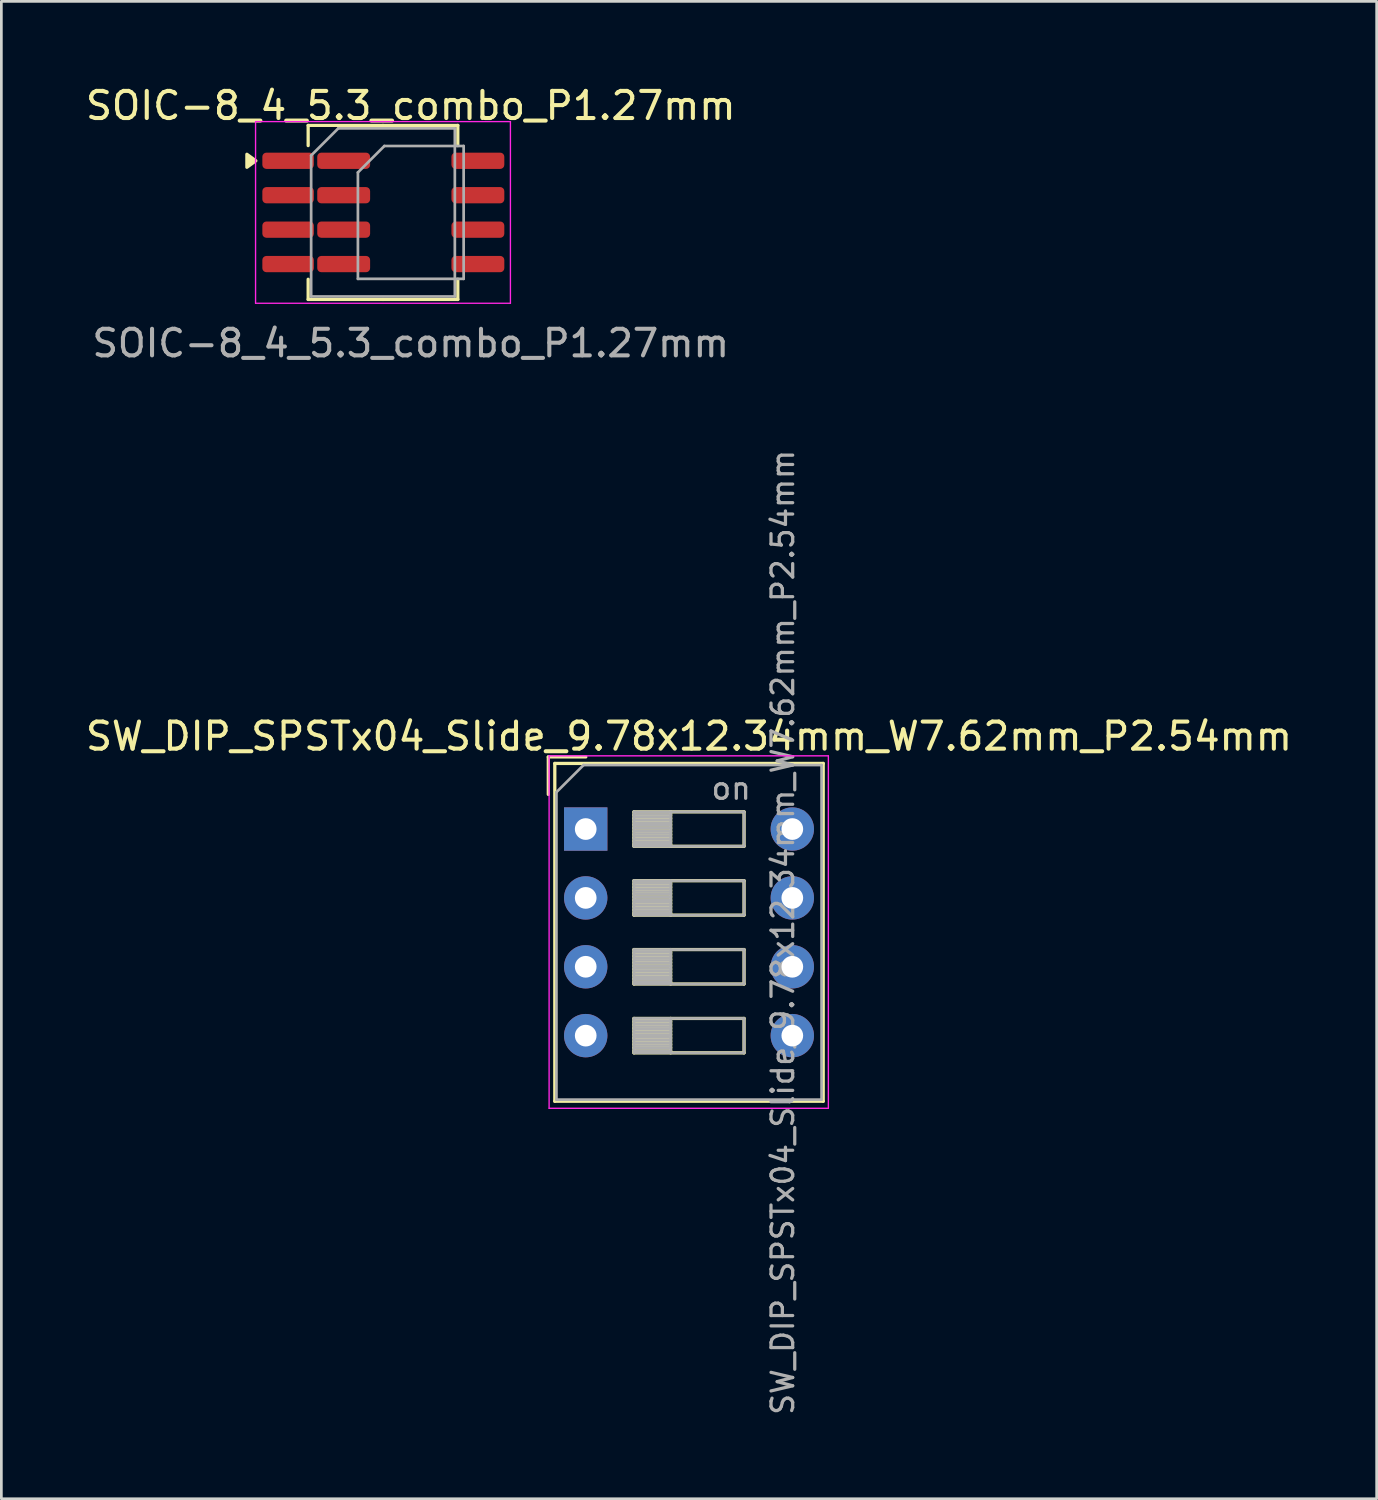
<source format=kicad_pcb>
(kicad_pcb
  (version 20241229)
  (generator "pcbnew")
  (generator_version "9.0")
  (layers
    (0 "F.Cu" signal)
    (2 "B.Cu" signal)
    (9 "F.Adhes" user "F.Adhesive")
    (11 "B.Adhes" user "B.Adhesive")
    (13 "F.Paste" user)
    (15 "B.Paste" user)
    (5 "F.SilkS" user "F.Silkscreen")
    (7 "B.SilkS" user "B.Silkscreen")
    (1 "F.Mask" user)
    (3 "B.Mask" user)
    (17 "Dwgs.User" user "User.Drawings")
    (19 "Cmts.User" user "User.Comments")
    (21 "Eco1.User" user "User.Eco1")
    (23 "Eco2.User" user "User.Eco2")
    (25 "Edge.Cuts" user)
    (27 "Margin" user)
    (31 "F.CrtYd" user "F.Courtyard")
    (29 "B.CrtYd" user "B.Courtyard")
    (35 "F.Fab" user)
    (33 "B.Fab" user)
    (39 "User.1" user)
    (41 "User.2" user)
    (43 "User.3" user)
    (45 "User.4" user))
  (footprint "SW_DIP_SPSTx04_Slide_9.78x12.34mm_W7.62mm_P2.54mm"
    (layer "F.Cu")
    (at 18.553 27.528)
    (property "Reference" "SW_DIP_SPSTx04_Slide_9.78x12.34mm_W7.62mm_P2.54mm" (at 3.81 -3.42 0) (layer "F.SilkS") (effects (font (size 1 1) (thickness 0.15))))
    (attr through_hole)
    (fp_line (start -1.38 -2.66) (end -1.38 -1.277) (stroke (width 0.12) (type solid)) (layer "F.SilkS"))
    (fp_line (start -1.38 -2.66) (end 0.004 -2.66) (stroke (width 0.12) (type solid)) (layer "F.SilkS"))
    (fp_line (start -1.14 -2.42) (end -1.14 10.04) (stroke (width 0.12) (type solid)) (layer "F.SilkS"))
    (fp_line (start -1.14 -2.42) (end 8.76 -2.42) (stroke (width 0.12) (type solid)) (layer "F.SilkS"))
    (fp_line (start -1.14 10.04) (end 8.76 10.04) (stroke (width 0.12) (type solid)) (layer "F.SilkS"))
    (fp_line (start 1.78 -0.635) (end 1.78 0.635) (stroke (width 0.12) (type solid)) (layer "F.SilkS"))
    (fp_line (start 1.78 -0.515) (end 3.133 -0.515) (stroke (width 0.12) (type solid)) (layer "F.SilkS"))
    (fp_line (start 1.78 -0.395) (end 3.133 -0.395) (stroke (width 0.12) (type solid)) (layer "F.SilkS"))
    (fp_line (start 1.78 -0.275) (end 3.133 -0.275) (stroke (width 0.12) (type solid)) (layer "F.SilkS"))
    (fp_line (start 1.78 -0.155) (end 3.133 -0.155) (stroke (width 0.12) (type solid)) (layer "F.SilkS"))
    (fp_line (start 1.78 -0.035) (end 3.133 -0.035) (stroke (width 0.12) (type solid)) (layer "F.SilkS"))
    (fp_line (start 1.78 0.085) (end 3.133 0.085) (stroke (width 0.12) (type solid)) (layer "F.SilkS"))
    (fp_line (start 1.78 0.205) (end 3.133 0.205) (stroke (width 0.12) (type solid)) (layer "F.SilkS"))
    (fp_line (start 1.78 0.325) (end 3.133 0.325) (stroke (width 0.12) (type solid)) (layer "F.SilkS"))
    (fp_line (start 1.78 0.445) (end 3.133 0.445) (stroke (width 0.12) (type solid)) (layer "F.SilkS"))
    (fp_line (start 1.78 0.565) (end 3.133 0.565) (stroke (width 0.12) (type solid)) (layer "F.SilkS"))
    (fp_line (start 1.78 0.635) (end 5.84 0.635) (stroke (width 0.12) (type solid)) (layer "F.SilkS"))
    (fp_line (start 1.78 1.905) (end 1.78 3.175) (stroke (width 0.12) (type solid)) (layer "F.SilkS"))
    (fp_line (start 1.78 2.025) (end 3.133 2.025) (stroke (width 0.12) (type solid)) (layer "F.SilkS"))
    (fp_line (start 1.78 2.145) (end 3.133 2.145) (stroke (width 0.12) (type solid)) (layer "F.SilkS"))
    (fp_line (start 1.78 2.265) (end 3.133 2.265) (stroke (width 0.12) (type solid)) (layer "F.SilkS"))
    (fp_line (start 1.78 2.385) (end 3.133 2.385) (stroke (width 0.12) (type solid)) (layer "F.SilkS"))
    (fp_line (start 1.78 2.505) (end 3.133 2.505) (stroke (width 0.12) (type solid)) (layer "F.SilkS"))
    (fp_line (start 1.78 2.625) (end 3.133 2.625) (stroke (width 0.12) (type solid)) (layer "F.SilkS"))
    (fp_line (start 1.78 2.745) (end 3.133 2.745) (stroke (width 0.12) (type solid)) (layer "F.SilkS"))
    (fp_line (start 1.78 2.865) (end 3.133 2.865) (stroke (width 0.12) (type solid)) (layer "F.SilkS"))
    (fp_line (start 1.78 2.985) (end 3.133 2.985) (stroke (width 0.12) (type solid)) (layer "F.SilkS"))
    (fp_line (start 1.78 3.105) (end 3.133 3.105) (stroke (width 0.12) (type solid)) (layer "F.SilkS"))
    (fp_line (start 1.78 3.175) (end 5.84 3.175) (stroke (width 0.12) (type solid)) (layer "F.SilkS"))
    (fp_line (start 1.78 4.445) (end 1.78 5.715) (stroke (width 0.12) (type solid)) (layer "F.SilkS"))
    (fp_line (start 1.78 4.565) (end 3.133 4.565) (stroke (width 0.12) (type solid)) (layer "F.SilkS"))
    (fp_line (start 1.78 4.685) (end 3.133 4.685) (stroke (width 0.12) (type solid)) (layer "F.SilkS"))
    (fp_line (start 1.78 4.805) (end 3.133 4.805) (stroke (width 0.12) (type solid)) (layer "F.SilkS"))
    (fp_line (start 1.78 4.925) (end 3.133 4.925) (stroke (width 0.12) (type solid)) (layer "F.SilkS"))
    (fp_line (start 1.78 5.045) (end 3.133 5.045) (stroke (width 0.12) (type solid)) (layer "F.SilkS"))
    (fp_line (start 1.78 5.165) (end 3.133 5.165) (stroke (width 0.12) (type solid)) (layer "F.SilkS"))
    (fp_line (start 1.78 5.285) (end 3.133 5.285) (stroke (width 0.12) (type solid)) (layer "F.SilkS"))
    (fp_line (start 1.78 5.405) (end 3.133 5.405) (stroke (width 0.12) (type solid)) (layer "F.SilkS"))
    (fp_line (start 1.78 5.525) (end 3.133 5.525) (stroke (width 0.12) (type solid)) (layer "F.SilkS"))
    (fp_line (start 1.78 5.645) (end 3.133 5.645) (stroke (width 0.12) (type solid)) (layer "F.SilkS"))
    (fp_line (start 1.78 5.715) (end 5.84 5.715) (stroke (width 0.12) (type solid)) (layer "F.SilkS"))
    (fp_line (start 1.78 6.985) (end 1.78 8.255) (stroke (width 0.12) (type solid)) (layer "F.SilkS"))
    (fp_line (start 1.78 7.105) (end 3.133 7.105) (stroke (width 0.12) (type solid)) (layer "F.SilkS"))
    (fp_line (start 1.78 7.225) (end 3.133 7.225) (stroke (width 0.12) (type solid)) (layer "F.SilkS"))
    (fp_line (start 1.78 7.345) (end 3.133 7.345) (stroke (width 0.12) (type solid)) (layer "F.SilkS"))
    (fp_line (start 1.78 7.465) (end 3.133 7.465) (stroke (width 0.12) (type solid)) (layer "F.SilkS"))
    (fp_line (start 1.78 7.585) (end 3.133 7.585) (stroke (width 0.12) (type solid)) (layer "F.SilkS"))
    (fp_line (start 1.78 7.705) (end 3.133 7.705) (stroke (width 0.12) (type solid)) (layer "F.SilkS"))
    (fp_line (start 1.78 7.825) (end 3.133 7.825) (stroke (width 0.12) (type solid)) (layer "F.SilkS"))
    (fp_line (start 1.78 7.945) (end 3.133 7.945) (stroke (width 0.12) (type solid)) (layer "F.SilkS"))
    (fp_line (start 1.78 8.065) (end 3.133 8.065) (stroke (width 0.12) (type solid)) (layer "F.SilkS"))
    (fp_line (start 1.78 8.185) (end 3.133 8.185) (stroke (width 0.12) (type solid)) (layer "F.SilkS"))
    (fp_line (start 1.78 8.255) (end 5.84 8.255) (stroke (width 0.12) (type solid)) (layer "F.SilkS"))
    (fp_line (start 3.133 -0.635) (end 3.133 0.635) (stroke (width 0.12) (type solid)) (layer "F.SilkS"))
    (fp_line (start 3.133 1.905) (end 3.133 3.175) (stroke (width 0.12) (type solid)) (layer "F.SilkS"))
    (fp_line (start 3.133 4.445) (end 3.133 5.715) (stroke (width 0.12) (type solid)) (layer "F.SilkS"))
    (fp_line (start 3.133 6.985) (end 3.133 8.255) (stroke (width 0.12) (type solid)) (layer "F.SilkS"))
    (fp_line (start 5.84 -0.635) (end 1.78 -0.635) (stroke (width 0.12) (type solid)) (layer "F.SilkS"))
    (fp_line (start 5.84 0.635) (end 5.84 -0.635) (stroke (width 0.12) (type solid)) (layer "F.SilkS"))
    (fp_line (start 5.84 1.905) (end 1.78 1.905) (stroke (width 0.12) (type solid)) (layer "F.SilkS"))
    (fp_line (start 5.84 3.175) (end 5.84 1.905) (stroke (width 0.12) (type solid)) (layer "F.SilkS"))
    (fp_line (start 5.84 4.445) (end 1.78 4.445) (stroke (width 0.12) (type solid)) (layer "F.SilkS"))
    (fp_line (start 5.84 5.715) (end 5.84 4.445) (stroke (width 0.12) (type solid)) (layer "F.SilkS"))
    (fp_line (start 5.84 6.985) (end 1.78 6.985) (stroke (width 0.12) (type solid)) (layer "F.SilkS"))
    (fp_line (start 5.84 8.255) (end 5.84 6.985) (stroke (width 0.12) (type solid)) (layer "F.SilkS"))
    (fp_line (start 8.76 -2.42) (end 8.76 10.04) (stroke (width 0.12) (type solid)) (layer "F.SilkS"))
    (fp_line (start -1.35 -2.7) (end -1.35 10.3) (stroke (width 0.05) (type solid)) (layer "F.CrtYd"))
    (fp_line (start -1.35 10.3) (end 8.95 10.3) (stroke (width 0.05) (type solid)) (layer "F.CrtYd"))
    (fp_line (start 8.95 -2.7) (end -1.35 -2.7) (stroke (width 0.05) (type solid)) (layer "F.CrtYd"))
    (fp_line (start 8.95 10.3) (end 8.95 -2.7) (stroke (width 0.05) (type solid)) (layer "F.CrtYd"))
    (fp_line (start -1.08 -1.36) (end -0.08 -2.36) (stroke (width 0.1) (type solid)) (layer "F.Fab"))
    (fp_line (start -1.08 9.98) (end -1.08 -1.36) (stroke (width 0.1) (type solid)) (layer "F.Fab"))
    (fp_line (start -0.08 -2.36) (end 8.7 -2.36) (stroke (width 0.1) (type solid)) (layer "F.Fab"))
    (fp_line (start 1.78 -0.635) (end 1.78 0.635) (stroke (width 0.1) (type solid)) (layer "F.Fab"))
    (fp_line (start 1.78 -0.535) (end 3.133 -0.535) (stroke (width 0.1) (type solid)) (layer "F.Fab"))
    (fp_line (start 1.78 -0.435) (end 3.133 -0.435) (stroke (width 0.1) (type solid)) (layer "F.Fab"))
    (fp_line (start 1.78 -0.335) (end 3.133 -0.335) (stroke (width 0.1) (type solid)) (layer "F.Fab"))
    (fp_line (start 1.78 -0.235) (end 3.133 -0.235) (stroke (width 0.1) (type solid)) (layer "F.Fab"))
    (fp_line (start 1.78 -0.135) (end 3.133 -0.135) (stroke (width 0.1) (type solid)) (layer "F.Fab"))
    (fp_line (start 1.78 -0.035) (end 3.133 -0.035) (stroke (width 0.1) (type solid)) (layer "F.Fab"))
    (fp_line (start 1.78 0.065) (end 3.133 0.065) (stroke (width 0.1) (type solid)) (layer "F.Fab"))
    (fp_line (start 1.78 0.165) (end 3.133 0.165) (stroke (width 0.1) (type solid)) (layer "F.Fab"))
    (fp_line (start 1.78 0.265) (end 3.133 0.265) (stroke (width 0.1) (type solid)) (layer "F.Fab"))
    (fp_line (start 1.78 0.365) (end 3.133 0.365) (stroke (width 0.1) (type solid)) (layer "F.Fab"))
    (fp_line (start 1.78 0.465) (end 3.133 0.465) (stroke (width 0.1) (type solid)) (layer "F.Fab"))
    (fp_line (start 1.78 0.565) (end 3.133 0.565) (stroke (width 0.1) (type solid)) (layer "F.Fab"))
    (fp_line (start 1.78 0.635) (end 5.84 0.635) (stroke (width 0.1) (type solid)) (layer "F.Fab"))
    (fp_line (start 1.78 1.905) (end 1.78 3.175) (stroke (width 0.1) (type solid)) (layer "F.Fab"))
    (fp_line (start 1.78 2.005) (end 3.133 2.005) (stroke (width 0.1) (type solid)) (layer "F.Fab"))
    (fp_line (start 1.78 2.105) (end 3.133 2.105) (stroke (width 0.1) (type solid)) (layer "F.Fab"))
    (fp_line (start 1.78 2.205) (end 3.133 2.205) (stroke (width 0.1) (type solid)) (layer "F.Fab"))
    (fp_line (start 1.78 2.305) (end 3.133 2.305) (stroke (width 0.1) (type solid)) (layer "F.Fab"))
    (fp_line (start 1.78 2.405) (end 3.133 2.405) (stroke (width 0.1) (type solid)) (layer "F.Fab"))
    (fp_line (start 1.78 2.505) (end 3.133 2.505) (stroke (width 0.1) (type solid)) (layer "F.Fab"))
    (fp_line (start 1.78 2.605) (end 3.133 2.605) (stroke (width 0.1) (type solid)) (layer "F.Fab"))
    (fp_line (start 1.78 2.705) (end 3.133 2.705) (stroke (width 0.1) (type solid)) (layer "F.Fab"))
    (fp_line (start 1.78 2.805) (end 3.133 2.805) (stroke (width 0.1) (type solid)) (layer "F.Fab"))
    (fp_line (start 1.78 2.905) (end 3.133 2.905) (stroke (width 0.1) (type solid)) (layer "F.Fab"))
    (fp_line (start 1.78 3.005) (end 3.133 3.005) (stroke (width 0.1) (type solid)) (layer "F.Fab"))
    (fp_line (start 1.78 3.105) (end 3.133 3.105) (stroke (width 0.1) (type solid)) (layer "F.Fab"))
    (fp_line (start 1.78 3.175) (end 5.84 3.175) (stroke (width 0.1) (type solid)) (layer "F.Fab"))
    (fp_line (start 1.78 4.445) (end 1.78 5.715) (stroke (width 0.1) (type solid)) (layer "F.Fab"))
    (fp_line (start 1.78 4.545) (end 3.133 4.545) (stroke (width 0.1) (type solid)) (layer "F.Fab"))
    (fp_line (start 1.78 4.645) (end 3.133 4.645) (stroke (width 0.1) (type solid)) (layer "F.Fab"))
    (fp_line (start 1.78 4.745) (end 3.133 4.745) (stroke (width 0.1) (type solid)) (layer "F.Fab"))
    (fp_line (start 1.78 4.845) (end 3.133 4.845) (stroke (width 0.1) (type solid)) (layer "F.Fab"))
    (fp_line (start 1.78 4.945) (end 3.133 4.945) (stroke (width 0.1) (type solid)) (layer "F.Fab"))
    (fp_line (start 1.78 5.045) (end 3.133 5.045) (stroke (width 0.1) (type solid)) (layer "F.Fab"))
    (fp_line (start 1.78 5.145) (end 3.133 5.145) (stroke (width 0.1) (type solid)) (layer "F.Fab"))
    (fp_line (start 1.78 5.245) (end 3.133 5.245) (stroke (width 0.1) (type solid)) (layer "F.Fab"))
    (fp_line (start 1.78 5.345) (end 3.133 5.345) (stroke (width 0.1) (type solid)) (layer "F.Fab"))
    (fp_line (start 1.78 5.445) (end 3.133 5.445) (stroke (width 0.1) (type solid)) (layer "F.Fab"))
    (fp_line (start 1.78 5.545) (end 3.133 5.545) (stroke (width 0.1) (type solid)) (layer "F.Fab"))
    (fp_line (start 1.78 5.645) (end 3.133 5.645) (stroke (width 0.1) (type solid)) (layer "F.Fab"))
    (fp_line (start 1.78 5.715) (end 5.84 5.715) (stroke (width 0.1) (type solid)) (layer "F.Fab"))
    (fp_line (start 1.78 6.985) (end 1.78 8.255) (stroke (width 0.1) (type solid)) (layer "F.Fab"))
    (fp_line (start 1.78 7.085) (end 3.133 7.085) (stroke (width 0.1) (type solid)) (layer "F.Fab"))
    (fp_line (start 1.78 7.185) (end 3.133 7.185) (stroke (width 0.1) (type solid)) (layer "F.Fab"))
    (fp_line (start 1.78 7.285) (end 3.133 7.285) (stroke (width 0.1) (type solid)) (layer "F.Fab"))
    (fp_line (start 1.78 7.385) (end 3.133 7.385) (stroke (width 0.1) (type solid)) (layer "F.Fab"))
    (fp_line (start 1.78 7.485) (end 3.133 7.485) (stroke (width 0.1) (type solid)) (layer "F.Fab"))
    (fp_line (start 1.78 7.585) (end 3.133 7.585) (stroke (width 0.1) (type solid)) (layer "F.Fab"))
    (fp_line (start 1.78 7.685) (end 3.133 7.685) (stroke (width 0.1) (type solid)) (layer "F.Fab"))
    (fp_line (start 1.78 7.785) (end 3.133 7.785) (stroke (width 0.1) (type solid)) (layer "F.Fab"))
    (fp_line (start 1.78 7.885) (end 3.133 7.885) (stroke (width 0.1) (type solid)) (layer "F.Fab"))
    (fp_line (start 1.78 7.985) (end 3.133 7.985) (stroke (width 0.1) (type solid)) (layer "F.Fab"))
    (fp_line (start 1.78 8.085) (end 3.133 8.085) (stroke (width 0.1) (type solid)) (layer "F.Fab"))
    (fp_line (start 1.78 8.185) (end 3.133 8.185) (stroke (width 0.1) (type solid)) (layer "F.Fab"))
    (fp_line (start 1.78 8.255) (end 5.84 8.255) (stroke (width 0.1) (type solid)) (layer "F.Fab"))
    (fp_line (start 3.133 -0.635) (end 3.133 0.635) (stroke (width 0.1) (type solid)) (layer "F.Fab"))
    (fp_line (start 3.133 1.905) (end 3.133 3.175) (stroke (width 0.1) (type solid)) (layer "F.Fab"))
    (fp_line (start 3.133 4.445) (end 3.133 5.715) (stroke (width 0.1) (type solid)) (layer "F.Fab"))
    (fp_line (start 3.133 6.985) (end 3.133 8.255) (stroke (width 0.1) (type solid)) (layer "F.Fab"))
    (fp_line (start 5.84 -0.635) (end 1.78 -0.635) (stroke (width 0.1) (type solid)) (layer "F.Fab"))
    (fp_line (start 5.84 0.635) (end 5.84 -0.635) (stroke (width 0.1) (type solid)) (layer "F.Fab"))
    (fp_line (start 5.84 1.905) (end 1.78 1.905) (stroke (width 0.1) (type solid)) (layer "F.Fab"))
    (fp_line (start 5.84 3.175) (end 5.84 1.905) (stroke (width 0.1) (type solid)) (layer "F.Fab"))
    (fp_line (start 5.84 4.445) (end 1.78 4.445) (stroke (width 0.1) (type solid)) (layer "F.Fab"))
    (fp_line (start 5.84 5.715) (end 5.84 4.445) (stroke (width 0.1) (type solid)) (layer "F.Fab"))
    (fp_line (start 5.84 6.985) (end 1.78 6.985) (stroke (width 0.1) (type solid)) (layer "F.Fab"))
    (fp_line (start 5.84 8.255) (end 5.84 6.985) (stroke (width 0.1) (type solid)) (layer "F.Fab"))
    (fp_line (start 8.7 -2.36) (end 8.7 9.98) (stroke (width 0.1) (type solid)) (layer "F.Fab"))
    (fp_line (start 8.7 9.98) (end -1.08 9.98) (stroke (width 0.1) (type solid)) (layer "F.Fab"))
    (fp_text user "on" (at 5.365 -1.498 0) (layer "F.Fab") (effects (font (size 0.8 0.8) (thickness 0.12))))
    (fp_text user "${REFERENCE}" (at 7.27 3.81 90) (layer "F.Fab") (effects (font (size 0.8 0.8) (thickness 0.12))))
    (pad "1" thru_hole rect (at 0 0) (size 1.6 1.6) (drill 0.8) (layers "*.Cu" "*.Mask"))
    (pad "2" thru_hole oval (at 0 2.54) (size 1.6 1.6) (drill 0.8) (layers "*.Cu" "*.Mask"))
    (pad "3" thru_hole oval (at 0 5.08) (size 1.6 1.6) (drill 0.8) (layers "*.Cu" "*.Mask"))
    (pad "4" thru_hole oval (at 0 7.62) (size 1.6 1.6) (drill 0.8) (layers "*.Cu" "*.Mask"))
    (pad "5" thru_hole oval (at 7.62 7.62) (size 1.6 1.6) (drill 0.8) (layers "*.Cu" "*.Mask"))
    (pad "6" thru_hole oval (at 7.62 5.08) (size 1.6 1.6) (drill 0.8) (layers "*.Cu" "*.Mask"))
    (pad "7" thru_hole oval (at 7.62 2.54) (size 1.6 1.6) (drill 0.8) (layers "*.Cu" "*.Mask"))
    (pad "8" thru_hole oval (at 7.62 0) (size 1.6 1.6) (drill 0.8) (layers "*.Cu" "*.Mask")))
  (footprint "SOIC-8_4_5.3_combo_P1.27mm"
    (layer "F.Cu")
    (at 12.101 4.785)
    (property "Reference" "SOIC-8_4_5.3_combo_P1.27mm" (at 0 -3.937 0) (layer "F.SilkS") (effects (font (size 1 1) (thickness 0.15))))
    (attr smd)
    (fp_line (start -3.785 -3.21) (end -3.785 -2.465) (stroke (width 0.12) (type solid)) (layer "F.SilkS"))
    (fp_line (start -3.785 3.21) (end -3.785 2.465) (stroke (width 0.12) (type solid)) (layer "F.SilkS"))
    (fp_line (start -1.025 -3.21) (end -3.785 -3.21) (stroke (width 0.12) (type solid)) (layer "F.SilkS"))
    (fp_line (start -1.025 -3.21) (end 1.735 -3.21) (stroke (width 0.12) (type solid)) (layer "F.SilkS"))
    (fp_line (start -1.025 3.21) (end -3.785 3.21) (stroke (width 0.12) (type solid)) (layer "F.SilkS"))
    (fp_line (start -1.025 3.21) (end 1.735 3.21) (stroke (width 0.12) (type solid)) (layer "F.SilkS"))
    (fp_line (start 1.735 -3.21) (end 1.735 -2.465) (stroke (width 0.12) (type solid)) (layer "F.SilkS"))
    (fp_line (start 1.735 3.21) (end 1.735 2.465) (stroke (width 0.12) (type solid)) (layer "F.SilkS"))
    (fp_poly (pts (xy -5.715 -1.905) (xy -6.045 -1.665) (xy -6.045 -2.145) (xy -5.715 -1.905)) (stroke (width 0.12) (type solid)) (fill yes) (layer "F.SilkS"))
    (fp_line (start -5.725 -3.35) (end -5.725 3.35) (stroke (width 0.05) (type solid)) (layer "F.CrtYd"))
    (fp_line (start -5.725 3.35) (end 3.675 3.35) (stroke (width 0.05) (type solid)) (layer "F.CrtYd"))
    (fp_line (start 3.675 -3.35) (end -5.725 -3.35) (stroke (width 0.05) (type solid)) (layer "F.CrtYd"))
    (fp_line (start 3.675 3.35) (end 3.675 -3.35) (stroke (width 0.05) (type solid)) (layer "F.CrtYd"))
    (fp_line (start -3.675 -2.1) (end -2.675 -3.1) (stroke (width 0.1) (type solid)) (layer "F.Fab"))
    (fp_line (start -3.675 3.1) (end -3.675 -2.1) (stroke (width 0.1) (type solid)) (layer "F.Fab"))
    (fp_line (start -2.675 -3.1) (end 1.625 -3.1) (stroke (width 0.1) (type solid)) (layer "F.Fab"))
    (fp_line (start -1.95 -1.475) (end -0.975 -2.45) (stroke (width 0.1) (type solid)) (layer "F.Fab"))
    (fp_line (start -1.95 2.45) (end -1.95 -1.475) (stroke (width 0.1) (type solid)) (layer "F.Fab"))
    (fp_line (start -0.975 -2.45) (end 1.95 -2.45) (stroke (width 0.1) (type solid)) (layer "F.Fab"))
    (fp_line (start 1.625 -3.1) (end 1.625 3.1) (stroke (width 0.1) (type solid)) (layer "F.Fab"))
    (fp_line (start 1.625 3.1) (end -3.675 3.1) (stroke (width 0.1) (type solid)) (layer "F.Fab"))
    (fp_line (start 1.95 -2.45) (end 1.95 2.45) (stroke (width 0.1) (type solid)) (layer "F.Fab"))
    (fp_line (start 1.95 2.45) (end -1.95 2.45) (stroke (width 0.1) (type solid)) (layer "F.Fab"))
    (fp_text user "${REFERENCE}" (at 0 4.826 0) (layer "F.Fab") (effects (font (size 0.98 0.98) (thickness 0.15))))
    (pad "1" smd roundrect (at -4.525 -1.905) (size 1.9 0.6) (layers "F.Cu" "F.Mask" "F.Paste") (roundrect_rratio 0.25))
    (pad "1" smd roundrect (at -2.475 -1.905) (size 1.95 0.6) (layers "F.Cu" "F.Mask" "F.Paste") (roundrect_rratio 0.25))
    (pad "2" smd roundrect (at -4.525 -0.635) (size 1.9 0.6) (layers "F.Cu" "F.Mask" "F.Paste") (roundrect_rratio 0.25))
    (pad "2" smd roundrect (at -2.475 -0.635) (size 1.95 0.6) (layers "F.Cu" "F.Mask" "F.Paste") (roundrect_rratio 0.25))
    (pad "3" smd roundrect (at -4.525 0.635) (size 1.9 0.6) (layers "F.Cu" "F.Mask" "F.Paste") (roundrect_rratio 0.25))
    (pad "3" smd roundrect (at -2.475 0.635) (size 1.95 0.6) (layers "F.Cu" "F.Mask" "F.Paste") (roundrect_rratio 0.25))
    (pad "4" smd roundrect (at -4.525 1.905) (size 1.9 0.6) (layers "F.Cu" "F.Mask" "F.Paste") (roundrect_rratio 0.25))
    (pad "4" smd roundrect (at -2.475 1.905) (size 1.95 0.6) (layers "F.Cu" "F.Mask" "F.Paste") (roundrect_rratio 0.25))
    (pad "5" smd roundrect (at 2.475 1.905) (size 1.95 0.6) (layers "F.Cu" "F.Mask" "F.Paste") (roundrect_rratio 0.25))
    (pad "6" smd roundrect (at 2.475 0.635) (size 1.95 0.6) (layers "F.Cu" "F.Mask" "F.Paste") (roundrect_rratio 0.25))
    (pad "7" smd roundrect (at 2.475 -0.635) (size 1.95 0.6) (layers "F.Cu" "F.Mask" "F.Paste") (roundrect_rratio 0.25))
    (pad "8" smd roundrect (at 2.475 -1.905) (size 1.95 0.6) (layers "F.Cu" "F.Mask" "F.Paste") (roundrect_rratio 0.25)))
  (gr_rect
    (start -3 -3)
    (end 47.726 52.229)
    (stroke (width 0.1) (type default))
    (fill no)
    (layer "Edge.Cuts")))
</source>
